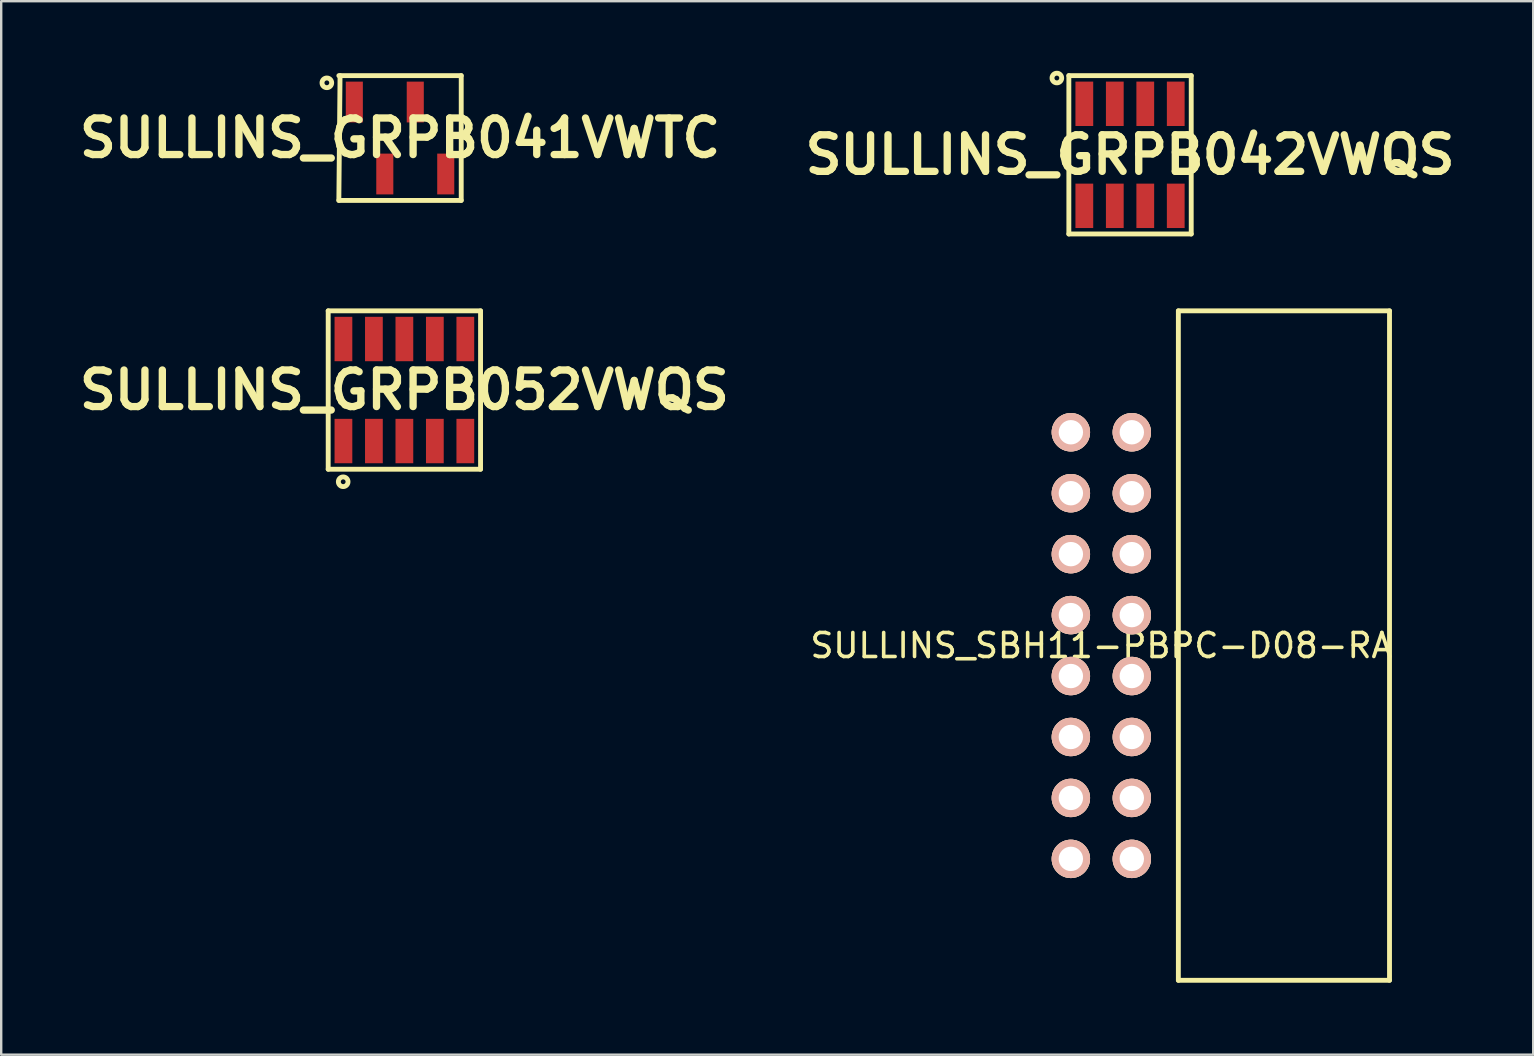
<source format=kicad_pcb>
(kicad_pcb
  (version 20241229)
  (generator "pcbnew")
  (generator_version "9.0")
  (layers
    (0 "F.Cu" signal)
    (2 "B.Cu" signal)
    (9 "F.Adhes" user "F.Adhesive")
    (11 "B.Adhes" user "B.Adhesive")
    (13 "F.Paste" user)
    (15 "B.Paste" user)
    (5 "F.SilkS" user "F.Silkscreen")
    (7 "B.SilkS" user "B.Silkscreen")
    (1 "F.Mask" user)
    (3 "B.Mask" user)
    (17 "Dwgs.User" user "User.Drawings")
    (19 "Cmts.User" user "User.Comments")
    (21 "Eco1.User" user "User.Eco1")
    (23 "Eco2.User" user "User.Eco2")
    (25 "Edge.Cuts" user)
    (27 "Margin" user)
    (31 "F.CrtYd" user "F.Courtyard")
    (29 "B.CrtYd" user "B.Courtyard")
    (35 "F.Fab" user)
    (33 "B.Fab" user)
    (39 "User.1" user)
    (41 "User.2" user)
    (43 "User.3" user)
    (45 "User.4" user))
  (footprint "SULLINS_GRPB042VWQS"
    (layer "F.Cu")
    (at 44.046 3.402)
    (property "Reference" "SULLINS_GRPB042VWQS" (at 0 0 0) (layer "F.SilkS") (effects (font (size 1.524 1.524) (thickness 0.305))))
    (attr through_hole)
    (fp_line (start -2.55 -3.3) (end 2.55 -3.3) (stroke (width 0.203) (type solid)) (layer "F.SilkS"))
    (fp_line (start -2.55 3.3) (end -2.55 -3.3) (stroke (width 0.203) (type solid)) (layer "F.SilkS"))
    (fp_line (start 2.55 -3.3) (end 2.55 3.3) (stroke (width 0.203) (type solid)) (layer "F.SilkS"))
    (fp_line (start 2.55 3.3) (end -2.55 3.3) (stroke (width 0.203) (type solid)) (layer "F.SilkS"))
    (fp_circle (center -3.05 -3.2) (end -2.95 -3.2) (stroke (width 0.203) (type solid)) (fill no) (layer "F.SilkS"))
    (pad "1" smd rect (at -1.905 -2.126) (size 0.74 1.85) (layers "F.Cu" "F.Mask" "F.Paste"))
    (pad "2" smd rect (at -1.905 2.126) (size 0.74 1.85) (layers "F.Cu" "F.Mask" "F.Paste"))
    (pad "3" smd rect (at -0.635 -2.126) (size 0.74 1.85) (layers "F.Cu" "F.Mask" "F.Paste"))
    (pad "4" smd rect (at -0.635 2.126) (size 0.74 1.85) (layers "F.Cu" "F.Mask" "F.Paste"))
    (pad "5" smd rect (at 0.635 -2.126) (size 0.74 1.85) (layers "F.Cu" "F.Mask" "F.Paste"))
    (pad "6" smd rect (at 0.635 2.126) (size 0.74 1.85) (layers "F.Cu" "F.Mask" "F.Paste"))
    (pad "7" smd rect (at 1.905 -2.126) (size 0.74 1.85) (layers "F.Cu" "F.Mask" "F.Paste"))
    (pad "8" smd rect (at 1.905 2.126) (size 0.74 1.85) (layers "F.Cu" "F.Mask" "F.Paste")))
  (footprint "SULLINS_GRPB041VWTC"
    (layer "F.Cu")
    (at 13.622 2.702)
    (property "Reference" "SULLINS_GRPB041VWTC" (at 0 0 0) (layer "F.SilkS") (effects (font (size 1.524 1.524) (thickness 0.305))))
    (attr through_hole)
    (fp_line (start -2.55 -2.6) (end 2.55 -2.6) (stroke (width 0.203) (type solid)) (layer "F.SilkS"))
    (fp_line (start -2.55 2.6) (end -2.5 -2.6) (stroke (width 0.203) (type solid)) (layer "F.SilkS"))
    (fp_line (start 2.55 -2.6) (end 2.55 2.6) (stroke (width 0.203) (type solid)) (layer "F.SilkS"))
    (fp_line (start 2.55 2.6) (end -2.55 2.6) (stroke (width 0.203) (type solid)) (layer "F.SilkS"))
    (fp_circle (center -3.05 -2.3) (end -2.95 -2.3) (stroke (width 0.203) (type solid)) (fill no) (layer "F.SilkS"))
    (pad "1" smd rect (at -1.905 -1.5) (size 0.711 1.7) (layers "F.Cu" "F.Mask" "F.Paste"))
    (pad "2" smd rect (at -0.635 1.5) (size 0.711 1.7) (layers "F.Cu" "F.Mask" "F.Paste"))
    (pad "3" smd rect (at 0.635 -1.5) (size 0.711 1.7) (layers "F.Cu" "F.Mask" "F.Paste"))
    (pad "4" smd rect (at 1.905 1.5) (size 0.711 1.7) (layers "F.Cu" "F.Mask" "F.Paste")))
  (footprint "SULLINS_SBH11-PBPC-D08-RA"
    (layer "F.Cu")
    (at 42.85 23.855)
    (property "Reference" "SULLINS_SBH11-PBPC-D08-RA" (at 0 0 0) (layer "F.SilkS") (effects (font (size 1 1) (thickness 0.15))))
    (attr through_hole)
    (fp_line (start 3.21 -13.95) (end 3.21 13.95) (stroke (width 0.203) (type solid)) (layer "F.SilkS"))
    (fp_line (start 3.21 -13.95) (end 12.01 -13.95) (stroke (width 0.203) (type solid)) (layer "F.SilkS"))
    (fp_line (start 3.21 13.95) (end 12.01 13.95) (stroke (width 0.203) (type solid)) (layer "F.SilkS"))
    (fp_line (start 12.01 -13.95) (end 12.01 13.95) (stroke (width 0.203) (type solid)) (layer "F.SilkS"))
    (pad "1" thru_hole circle (at -1.27 -8.89) (size 1.6 1.6) (drill 1.016) (layers "*.Cu" "*.SilkS" "*.Mask"))
    (pad "2" thru_hole circle (at 1.27 -8.89) (size 1.6 1.6) (drill 1.016) (layers "*.Cu" "*.SilkS" "*.Mask"))
    (pad "3" thru_hole circle (at -1.27 -6.35) (size 1.6 1.6) (drill 1.016) (layers "*.Cu" "*.SilkS" "*.Mask"))
    (pad "4" thru_hole circle (at 1.27 -6.35) (size 1.6 1.6) (drill 1.016) (layers "*.Cu" "*.SilkS" "*.Mask"))
    (pad "5" thru_hole circle (at -1.27 -3.81) (size 1.6 1.6) (drill 1.016) (layers "*.Cu" "*.SilkS" "*.Mask"))
    (pad "6" thru_hole circle (at 1.27 -3.81) (size 1.6 1.6) (drill 1.016) (layers "*.Cu" "*.SilkS" "*.Mask"))
    (pad "7" thru_hole circle (at -1.27 -1.27) (size 1.6 1.6) (drill 1.016) (layers "*.Cu" "*.SilkS" "*.Mask"))
    (pad "8" thru_hole circle (at 1.27 -1.27) (size 1.6 1.6) (drill 1.016) (layers "*.Cu" "*.SilkS" "*.Mask"))
    (pad "9" thru_hole circle (at -1.27 1.27) (size 1.6 1.6) (drill 1.016) (layers "*.Cu" "*.SilkS" "*.Mask"))
    (pad "10" thru_hole circle (at 1.27 1.27) (size 1.6 1.6) (drill 1.016) (layers "*.Cu" "*.SilkS" "*.Mask"))
    (pad "11" thru_hole circle (at -1.27 3.81) (size 1.6 1.6) (drill 1.016) (layers "*.Cu" "*.SilkS" "*.Mask"))
    (pad "12" thru_hole circle (at 1.27 3.81) (size 1.6 1.6) (drill 1.016) (layers "*.Cu" "*.SilkS" "*.Mask"))
    (pad "13" thru_hole circle (at -1.27 6.35) (size 1.6 1.6) (drill 1.016) (layers "*.Cu" "*.SilkS" "*.Mask"))
    (pad "14" thru_hole circle (at 1.27 6.35) (size 1.6 1.6) (drill 1.016) (layers "*.Cu" "*.SilkS" "*.Mask"))
    (pad "15" thru_hole circle (at -1.27 8.89) (size 1.6 1.6) (drill 1.016) (layers "*.Cu" "*.SilkS" "*.Mask"))
    (pad "16" thru_hole circle (at 1.27 8.89) (size 1.6 1.6) (drill 1.016) (layers "*.Cu" "*.SilkS" "*.Mask")))
  (footprint "SULLINS_GRPB052VWQS"
    (layer "F.Cu")
    (at 13.803 13.205)
    (property "Reference" "SULLINS_GRPB052VWQS" (at 0 0 0) (layer "F.SilkS") (effects (font (size 1.524 1.524) (thickness 0.305))))
    (attr through_hole)
    (fp_line (start -3.175 -3.3) (end 3.175 -3.3) (stroke (width 0.203) (type solid)) (layer "F.SilkS"))
    (fp_line (start -3.175 3.3) (end -3.175 -3.3) (stroke (width 0.203) (type solid)) (layer "F.SilkS"))
    (fp_line (start 3.175 -3.3) (end 3.175 3.3) (stroke (width 0.203) (type solid)) (layer "F.SilkS"))
    (fp_line (start 3.175 3.3) (end -3.175 3.3) (stroke (width 0.203) (type solid)) (layer "F.SilkS"))
    (fp_circle (center -2.55 3.823) (end -2.45 3.823) (stroke (width 0.203) (type solid)) (fill no) (layer "F.SilkS"))
    (pad "1" smd rect (at -2.54 2.126) (size 0.74 1.85) (layers "F.Cu" "F.Mask" "F.Paste"))
    (pad "2" smd rect (at -2.54 -2.126) (size 0.74 1.85) (layers "F.Cu" "F.Mask" "F.Paste"))
    (pad "3" smd rect (at -1.27 2.126) (size 0.74 1.85) (layers "F.Cu" "F.Mask" "F.Paste"))
    (pad "4" smd rect (at -1.27 -2.126) (size 0.74 1.85) (layers "F.Cu" "F.Mask" "F.Paste"))
    (pad "5" smd rect (at 0 2.126) (size 0.74 1.85) (layers "F.Cu" "F.Mask" "F.Paste"))
    (pad "6" smd rect (at 0 -2.126) (size 0.74 1.85) (layers "F.Cu" "F.Mask" "F.Paste"))
    (pad "7" smd rect (at 1.27 2.126) (size 0.74 1.85) (layers "F.Cu" "F.Mask" "F.Paste"))
    (pad "8" smd rect (at 1.27 -2.126) (size 0.74 1.85) (layers "F.Cu" "F.Mask" "F.Paste"))
    (pad "9" smd rect (at 2.54 2.126) (size 0.74 1.85) (layers "F.Cu" "F.Mask" "F.Paste"))
    (pad "10" smd rect (at 2.54 -2.126) (size 0.74 1.85) (layers "F.Cu" "F.Mask" "F.Paste")))
  (gr_rect
    (start -3 -3)
    (end 60.849 40.906)
    (stroke (width 0.1) (type default))
    (fill no)
    (layer "Edge.Cuts")))
</source>
